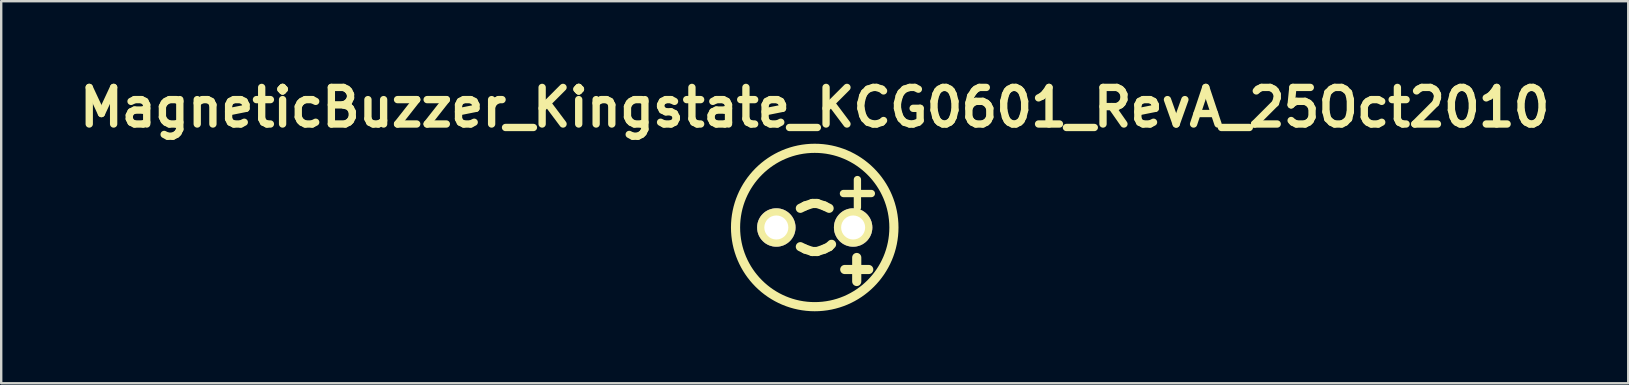
<source format=kicad_pcb>
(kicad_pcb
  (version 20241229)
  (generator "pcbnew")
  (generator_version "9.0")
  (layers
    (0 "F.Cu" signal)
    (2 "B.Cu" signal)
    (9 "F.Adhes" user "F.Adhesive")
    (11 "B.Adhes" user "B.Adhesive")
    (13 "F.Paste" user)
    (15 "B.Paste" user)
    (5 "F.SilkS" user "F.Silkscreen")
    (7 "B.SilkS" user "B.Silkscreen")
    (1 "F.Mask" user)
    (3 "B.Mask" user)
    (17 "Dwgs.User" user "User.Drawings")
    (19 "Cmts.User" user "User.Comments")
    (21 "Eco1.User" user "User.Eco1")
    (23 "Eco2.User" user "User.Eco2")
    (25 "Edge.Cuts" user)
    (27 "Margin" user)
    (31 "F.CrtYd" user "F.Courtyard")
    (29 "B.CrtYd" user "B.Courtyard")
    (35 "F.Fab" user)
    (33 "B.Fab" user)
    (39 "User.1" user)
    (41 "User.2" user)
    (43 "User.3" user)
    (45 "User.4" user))
  (footprint "MagneticBuzzer_Kingstate_KCG0601_RevA_25Oct2010"
    (layer "F.Cu")
    (at 30.894 6.428)
    (property "Reference" "MagneticBuzzer_Kingstate_KCG0601_RevA_25Oct2010" (at 0 -5.001 0) (layer "F.SilkS") (effects (font (size 1.524 1.524) (thickness 0.305))))
    (attr through_hole)
    (fp_line (start -0.399 -0.899) (end -0.599 -0.8) (stroke (width 0.381) (type solid)) (layer "F.SilkS"))
    (fp_line (start -0.399 0.899) (end -0.599 0.8) (stroke (width 0.381) (type solid)) (layer "F.SilkS"))
    (fp_line (start -0.099 -1.001) (end -0.399 -0.899) (stroke (width 0.381) (type solid)) (layer "F.SilkS"))
    (fp_line (start -0.099 1.001) (end -0.399 0.899) (stroke (width 0.381) (type solid)) (layer "F.SilkS"))
    (fp_line (start 0.099 -1.001) (end -0.099 -1.001) (stroke (width 0.381) (type solid)) (layer "F.SilkS"))
    (fp_line (start 0.099 1.001) (end -0.099 1.001) (stroke (width 0.381) (type solid)) (layer "F.SilkS"))
    (fp_line (start 0.399 -0.899) (end 0.099 -1.001) (stroke (width 0.381) (type solid)) (layer "F.SilkS"))
    (fp_line (start 0.399 0.899) (end 0.099 1.001) (stroke (width 0.381) (type solid)) (layer "F.SilkS"))
    (fp_line (start 0.599 -0.8) (end 0.399 -0.899) (stroke (width 0.381) (type solid)) (layer "F.SilkS"))
    (fp_line (start 0.599 0.8) (end 0.399 0.899) (stroke (width 0.381) (type solid)) (layer "F.SilkS"))
    (fp_line (start 0.701 0.701) (end 0.599 0.8) (stroke (width 0.381) (type solid)) (layer "F.SilkS"))
    (fp_line (start 1.25 1.75) (end 2.25 1.75) (stroke (width 0.381) (type solid)) (layer "F.SilkS"))
    (fp_line (start 1.75 1.25) (end 1.75 2.25) (stroke (width 0.381) (type solid)) (layer "F.SilkS"))
    (fp_circle (center 0 0) (end 3.299 0) (stroke (width 0.381) (type solid)) (fill no) (layer "F.SilkS"))
    (fp_text user "+" (at 1.778 -1.524 0) (layer "F.SilkS") (effects (font (size 1.524 1.524) (thickness 0.305))))
    (pad "1" thru_hole circle (at -1.6 0) (size 1.6 1.6) (drill 1.001) (layers "*.Cu" "*.Mask" "F.SilkS"))
    (pad "2" thru_hole circle (at 1.6 0) (size 1.6 1.6) (drill 1.001) (layers "*.Cu" "*.Mask" "F.SilkS")))
  (gr_rect
    (start -3 -3)
    (end 64.787 12.918)
    (stroke (width 0.1) (type default))
    (fill no)
    (layer "Edge.Cuts")))
</source>
